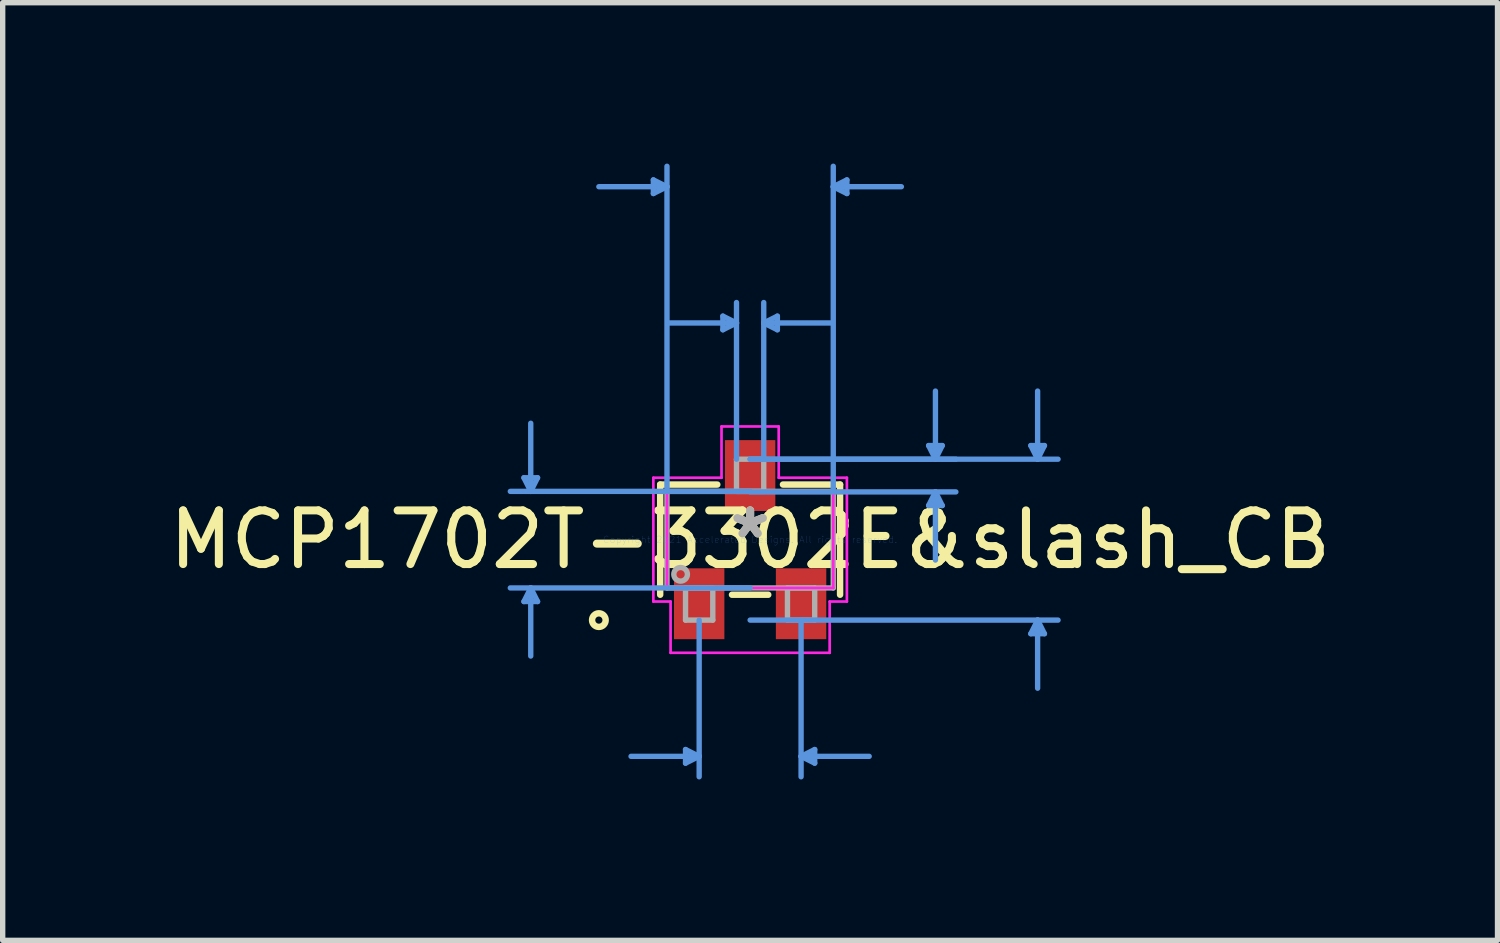
<source format=kicad_pcb>
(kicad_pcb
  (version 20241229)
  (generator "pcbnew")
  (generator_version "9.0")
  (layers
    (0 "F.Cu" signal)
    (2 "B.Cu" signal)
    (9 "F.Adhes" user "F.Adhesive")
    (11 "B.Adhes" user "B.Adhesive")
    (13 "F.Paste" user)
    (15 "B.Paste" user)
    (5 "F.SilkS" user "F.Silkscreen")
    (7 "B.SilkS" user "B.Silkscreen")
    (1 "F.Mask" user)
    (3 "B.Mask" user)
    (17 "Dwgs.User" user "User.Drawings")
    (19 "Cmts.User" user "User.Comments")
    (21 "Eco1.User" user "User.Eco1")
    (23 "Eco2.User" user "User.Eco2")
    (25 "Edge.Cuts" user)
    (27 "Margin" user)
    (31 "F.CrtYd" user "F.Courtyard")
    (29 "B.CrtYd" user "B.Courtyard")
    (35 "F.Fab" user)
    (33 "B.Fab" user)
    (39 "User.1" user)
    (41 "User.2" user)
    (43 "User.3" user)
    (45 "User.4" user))
  (footprint "MCP1702T-3302E&slash_CB"
    (layer "F.Cu")
    (at 10.935 7.011)
    (property "Reference" "MCP1702T-3302E&slash_CB" (at 0 0 0) (layer "F.SilkS") (effects (font (size 1 1) (thickness 0.15))))
    (attr through_hole)
    (fp_line (start -1.677 -1.027) (end -1.677 1.027) (stroke (width 0.12) (type solid)) (layer "F.SilkS"))
    (fp_line (start -0.612 -1.027) (end -1.677 -1.027) (stroke (width 0.12) (type solid)) (layer "F.SilkS"))
    (fp_line (start -0.338 1.027) (end 0.338 1.027) (stroke (width 0.12) (type solid)) (layer "F.SilkS"))
    (fp_line (start 1.677 -1.027) (end 0.612 -1.027) (stroke (width 0.12) (type solid)) (layer "F.SilkS"))
    (fp_line (start 1.677 1.027) (end 1.677 -1.027) (stroke (width 0.12) (type solid)) (layer "F.SilkS"))
    (fp_circle (center -2.82 1.5) (end -2.693 1.5) (stroke (width 0.12) (type solid)) (fill no) (layer "F.SilkS"))
    (fp_line (start -4.217 -1.154) (end -3.963 -1.154) (stroke (width 0.1) (type solid)) (layer "Cmts.User"))
    (fp_line (start -4.217 1.154) (end -3.963 1.154) (stroke (width 0.1) (type solid)) (layer "Cmts.User"))
    (fp_line (start -4.09 -0.9) (end -4.217 -1.154) (stroke (width 0.1) (type solid)) (layer "Cmts.User"))
    (fp_line (start -4.09 -0.9) (end -4.09 -2.17) (stroke (width 0.1) (type solid)) (layer "Cmts.User"))
    (fp_line (start -4.09 -0.9) (end -3.963 -1.154) (stroke (width 0.1) (type solid)) (layer "Cmts.User"))
    (fp_line (start -4.09 0.9) (end -4.217 1.154) (stroke (width 0.1) (type solid)) (layer "Cmts.User"))
    (fp_line (start -4.09 0.9) (end -4.09 2.17) (stroke (width 0.1) (type solid)) (layer "Cmts.User"))
    (fp_line (start -4.09 0.9) (end -3.963 1.154) (stroke (width 0.1) (type solid)) (layer "Cmts.User"))
    (fp_line (start -1.804 -6.707) (end -1.804 -6.453) (stroke (width 0.1) (type solid)) (layer "Cmts.User"))
    (fp_line (start -1.55 -6.58) (end -2.82 -6.58) (stroke (width 0.1) (type solid)) (layer "Cmts.User"))
    (fp_line (start -1.55 -6.58) (end -1.804 -6.707) (stroke (width 0.1) (type solid)) (layer "Cmts.User"))
    (fp_line (start -1.55 -6.58) (end -1.804 -6.453) (stroke (width 0.1) (type solid)) (layer "Cmts.User"))
    (fp_line (start -1.55 -0.9) (end -1.55 -6.961) (stroke (width 0.1) (type solid)) (layer "Cmts.User"))
    (fp_line (start -1.204 3.913) (end -1.204 4.167) (stroke (width 0.1) (type solid)) (layer "Cmts.User"))
    (fp_line (start -0.95 1.5) (end -0.95 4.421) (stroke (width 0.1) (type solid)) (layer "Cmts.User"))
    (fp_line (start -0.95 4.04) (end -2.22 4.04) (stroke (width 0.1) (type solid)) (layer "Cmts.User"))
    (fp_line (start -0.95 4.04) (end -1.204 3.913) (stroke (width 0.1) (type solid)) (layer "Cmts.User"))
    (fp_line (start -0.95 4.04) (end -1.204 4.167) (stroke (width 0.1) (type solid)) (layer "Cmts.User"))
    (fp_line (start -0.508 -4.167) (end -0.508 -3.913) (stroke (width 0.1) (type solid)) (layer "Cmts.User"))
    (fp_line (start -0.254 -4.04) (end -1.524 -4.04) (stroke (width 0.1) (type solid)) (layer "Cmts.User"))
    (fp_line (start -0.254 -4.04) (end -0.508 -4.167) (stroke (width 0.1) (type solid)) (layer "Cmts.User"))
    (fp_line (start -0.254 -4.04) (end -0.508 -3.913) (stroke (width 0.1) (type solid)) (layer "Cmts.User"))
    (fp_line (start -0.254 -1.5) (end -0.254 -4.421) (stroke (width 0.1) (type solid)) (layer "Cmts.User"))
    (fp_line (start 0 -1.5) (end 3.836 -1.5) (stroke (width 0.1) (type solid)) (layer "Cmts.User"))
    (fp_line (start 0 -1.5) (end 5.741 -1.5) (stroke (width 0.1) (type solid)) (layer "Cmts.User"))
    (fp_line (start 0 -0.9) (end -4.471 -0.9) (stroke (width 0.1) (type solid)) (layer "Cmts.User"))
    (fp_line (start 0 -0.89) (end 3.836 -0.89) (stroke (width 0.1) (type solid)) (layer "Cmts.User"))
    (fp_line (start 0 0.9) (end -4.471 0.9) (stroke (width 0.1) (type solid)) (layer "Cmts.User"))
    (fp_line (start 0 1.5) (end 5.741 1.5) (stroke (width 0.1) (type solid)) (layer "Cmts.User"))
    (fp_line (start 0.254 -4.04) (end 0.508 -4.167) (stroke (width 0.1) (type solid)) (layer "Cmts.User"))
    (fp_line (start 0.254 -4.04) (end 0.508 -3.913) (stroke (width 0.1) (type solid)) (layer "Cmts.User"))
    (fp_line (start 0.254 -4.04) (end 1.524 -4.04) (stroke (width 0.1) (type solid)) (layer "Cmts.User"))
    (fp_line (start 0.254 -1.5) (end 0.254 -4.421) (stroke (width 0.1) (type solid)) (layer "Cmts.User"))
    (fp_line (start 0.508 -4.167) (end 0.508 -3.913) (stroke (width 0.1) (type solid)) (layer "Cmts.User"))
    (fp_line (start 0.95 1.5) (end 0.95 4.421) (stroke (width 0.1) (type solid)) (layer "Cmts.User"))
    (fp_line (start 0.95 4.04) (end 1.204 3.913) (stroke (width 0.1) (type solid)) (layer "Cmts.User"))
    (fp_line (start 0.95 4.04) (end 1.204 4.167) (stroke (width 0.1) (type solid)) (layer "Cmts.User"))
    (fp_line (start 0.95 4.04) (end 2.22 4.04) (stroke (width 0.1) (type solid)) (layer "Cmts.User"))
    (fp_line (start 1.204 3.913) (end 1.204 4.167) (stroke (width 0.1) (type solid)) (layer "Cmts.User"))
    (fp_line (start 1.55 -6.58) (end 1.804 -6.707) (stroke (width 0.1) (type solid)) (layer "Cmts.User"))
    (fp_line (start 1.55 -6.58) (end 1.804 -6.453) (stroke (width 0.1) (type solid)) (layer "Cmts.User"))
    (fp_line (start 1.55 -6.58) (end 2.82 -6.58) (stroke (width 0.1) (type solid)) (layer "Cmts.User"))
    (fp_line (start 1.55 -0.9) (end 1.55 -6.961) (stroke (width 0.1) (type solid)) (layer "Cmts.User"))
    (fp_line (start 1.804 -6.707) (end 1.804 -6.453) (stroke (width 0.1) (type solid)) (layer "Cmts.User"))
    (fp_line (start 3.328 -1.754) (end 3.582 -1.754) (stroke (width 0.1) (type solid)) (layer "Cmts.User"))
    (fp_line (start 3.328 -0.636) (end 3.582 -0.636) (stroke (width 0.1) (type solid)) (layer "Cmts.User"))
    (fp_line (start 3.455 -1.5) (end 3.328 -1.754) (stroke (width 0.1) (type solid)) (layer "Cmts.User"))
    (fp_line (start 3.455 -1.5) (end 3.455 -2.77) (stroke (width 0.1) (type solid)) (layer "Cmts.User"))
    (fp_line (start 3.455 -1.5) (end 3.582 -1.754) (stroke (width 0.1) (type solid)) (layer "Cmts.User"))
    (fp_line (start 3.455 -0.89) (end 3.328 -0.636) (stroke (width 0.1) (type solid)) (layer "Cmts.User"))
    (fp_line (start 3.455 -0.89) (end 3.455 0.38) (stroke (width 0.1) (type solid)) (layer "Cmts.User"))
    (fp_line (start 3.455 -0.89) (end 3.582 -0.636) (stroke (width 0.1) (type solid)) (layer "Cmts.User"))
    (fp_line (start 5.233 -1.754) (end 5.487 -1.754) (stroke (width 0.1) (type solid)) (layer "Cmts.User"))
    (fp_line (start 5.233 1.754) (end 5.487 1.754) (stroke (width 0.1) (type solid)) (layer "Cmts.User"))
    (fp_line (start 5.36 -1.5) (end 5.233 -1.754) (stroke (width 0.1) (type solid)) (layer "Cmts.User"))
    (fp_line (start 5.36 -1.5) (end 5.36 -2.77) (stroke (width 0.1) (type solid)) (layer "Cmts.User"))
    (fp_line (start 5.36 -1.5) (end 5.487 -1.754) (stroke (width 0.1) (type solid)) (layer "Cmts.User"))
    (fp_line (start 5.36 1.5) (end 5.233 1.754) (stroke (width 0.1) (type solid)) (layer "Cmts.User"))
    (fp_line (start 5.36 1.5) (end 5.36 2.77) (stroke (width 0.1) (type solid)) (layer "Cmts.User"))
    (fp_line (start 5.36 1.5) (end 5.487 1.754) (stroke (width 0.1) (type solid)) (layer "Cmts.User"))
    (fp_line (start -1.804 -1.154) (end -0.533 -1.154) (stroke (width 0.05) (type solid)) (layer "F.CrtYd"))
    (fp_line (start -1.804 1.154) (end -1.804 -1.154) (stroke (width 0.05) (type solid)) (layer "F.CrtYd"))
    (fp_line (start -1.55 -0.9) (end 1.55 -0.9) (stroke (width 0.05) (type solid)) (layer "F.CrtYd"))
    (fp_line (start -1.55 0.9) (end -1.55 -0.9) (stroke (width 0.05) (type solid)) (layer "F.CrtYd"))
    (fp_line (start -1.483 1.154) (end -1.804 1.154) (stroke (width 0.05) (type solid)) (layer "F.CrtYd"))
    (fp_line (start -1.483 2.11) (end -1.483 1.154) (stroke (width 0.05) (type solid)) (layer "F.CrtYd"))
    (fp_line (start -0.533 -2.11) (end 0.533 -2.11) (stroke (width 0.05) (type solid)) (layer "F.CrtYd"))
    (fp_line (start -0.533 -1.154) (end -0.533 -2.11) (stroke (width 0.05) (type solid)) (layer "F.CrtYd"))
    (fp_line (start 0.533 -2.11) (end 0.533 -1.154) (stroke (width 0.05) (type solid)) (layer "F.CrtYd"))
    (fp_line (start 0.533 -1.154) (end 1.804 -1.154) (stroke (width 0.05) (type solid)) (layer "F.CrtYd"))
    (fp_line (start 1.483 1.154) (end 1.483 2.11) (stroke (width 0.05) (type solid)) (layer "F.CrtYd"))
    (fp_line (start 1.483 2.11) (end -1.483 2.11) (stroke (width 0.05) (type solid)) (layer "F.CrtYd"))
    (fp_line (start 1.55 -0.9) (end 1.55 0.9) (stroke (width 0.05) (type solid)) (layer "F.CrtYd"))
    (fp_line (start 1.55 0.9) (end -1.55 0.9) (stroke (width 0.05) (type solid)) (layer "F.CrtYd"))
    (fp_line (start 1.804 -1.154) (end 1.804 1.154) (stroke (width 0.05) (type solid)) (layer "F.CrtYd"))
    (fp_line (start 1.804 1.154) (end 1.483 1.154) (stroke (width 0.05) (type solid)) (layer "F.CrtYd"))
    (fp_line (start -1.55 -0.9) (end -1.55 0.9) (stroke (width 0.1) (type solid)) (layer "F.Fab"))
    (fp_line (start -1.55 0.9) (end 1.55 0.9) (stroke (width 0.1) (type solid)) (layer "F.Fab"))
    (fp_line (start -1.204 0.9) (end -1.204 1.5) (stroke (width 0.1) (type solid)) (layer "F.Fab"))
    (fp_line (start -1.204 1.5) (end -0.696 1.5) (stroke (width 0.1) (type solid)) (layer "F.Fab"))
    (fp_line (start -0.696 0.9) (end -1.204 0.9) (stroke (width 0.1) (type solid)) (layer "F.Fab"))
    (fp_line (start -0.696 1.5) (end -0.696 0.9) (stroke (width 0.1) (type solid)) (layer "F.Fab"))
    (fp_line (start -0.254 -1.5) (end -0.254 -0.9) (stroke (width 0.1) (type solid)) (layer "F.Fab"))
    (fp_line (start -0.254 -0.9) (end 0.254 -0.9) (stroke (width 0.1) (type solid)) (layer "F.Fab"))
    (fp_line (start 0.254 -1.5) (end -0.254 -1.5) (stroke (width 0.1) (type solid)) (layer "F.Fab"))
    (fp_line (start 0.254 -0.9) (end 0.254 -1.5) (stroke (width 0.1) (type solid)) (layer "F.Fab"))
    (fp_line (start 0.696 0.9) (end 0.696 1.5) (stroke (width 0.1) (type solid)) (layer "F.Fab"))
    (fp_line (start 0.696 1.5) (end 1.204 1.5) (stroke (width 0.1) (type solid)) (layer "F.Fab"))
    (fp_line (start 1.204 0.9) (end 0.696 0.9) (stroke (width 0.1) (type solid)) (layer "F.Fab"))
    (fp_line (start 1.204 1.5) (end 1.204 0.9) (stroke (width 0.1) (type solid)) (layer "F.Fab"))
    (fp_line (start 1.55 -0.9) (end -1.55 -0.9) (stroke (width 0.1) (type solid)) (layer "F.Fab"))
    (fp_line (start 1.55 0.9) (end 1.55 -0.9) (stroke (width 0.1) (type solid)) (layer "F.Fab"))
    (fp_circle (center -1.296 0.646) (end -1.169 0.646) (stroke (width 0.1) (type solid)) (fill no) (layer "F.Fab"))
    (fp_text user "*" (at 0 0 0) (layer "F.SilkS") (effects (font (size 1 1) (thickness 0.15))))
    (fp_text user "Copyright 2021 Accelerated Designs. All rights reserved." (at 0 0 0) (layer "Cmts.User") (effects (font (size 0.127 0.127) (thickness 0.002))))
    (fp_text user "*" (at 0 0 0) (layer "F.Fab") (effects (font (size 1 1) (thickness 0.15))))
    (pad "1" smd rect (at -0.95 1.195) (size 0.94 1.321) (layers "F.Cu" "F.Mask" "F.Paste"))
    (pad "2" smd rect (at 0.95 1.195) (size 0.94 1.321) (layers "F.Cu" "F.Mask" "F.Paste"))
    (pad "3" smd rect (at 0 -1.195) (size 0.94 1.321) (layers "F.Cu" "F.Mask" "F.Paste")))
  (gr_rect
    (start -3 -3)
    (end 24.869 14.482)
    (stroke (width 0.1) (type default))
    (fill no)
    (layer "Edge.Cuts")))
</source>
